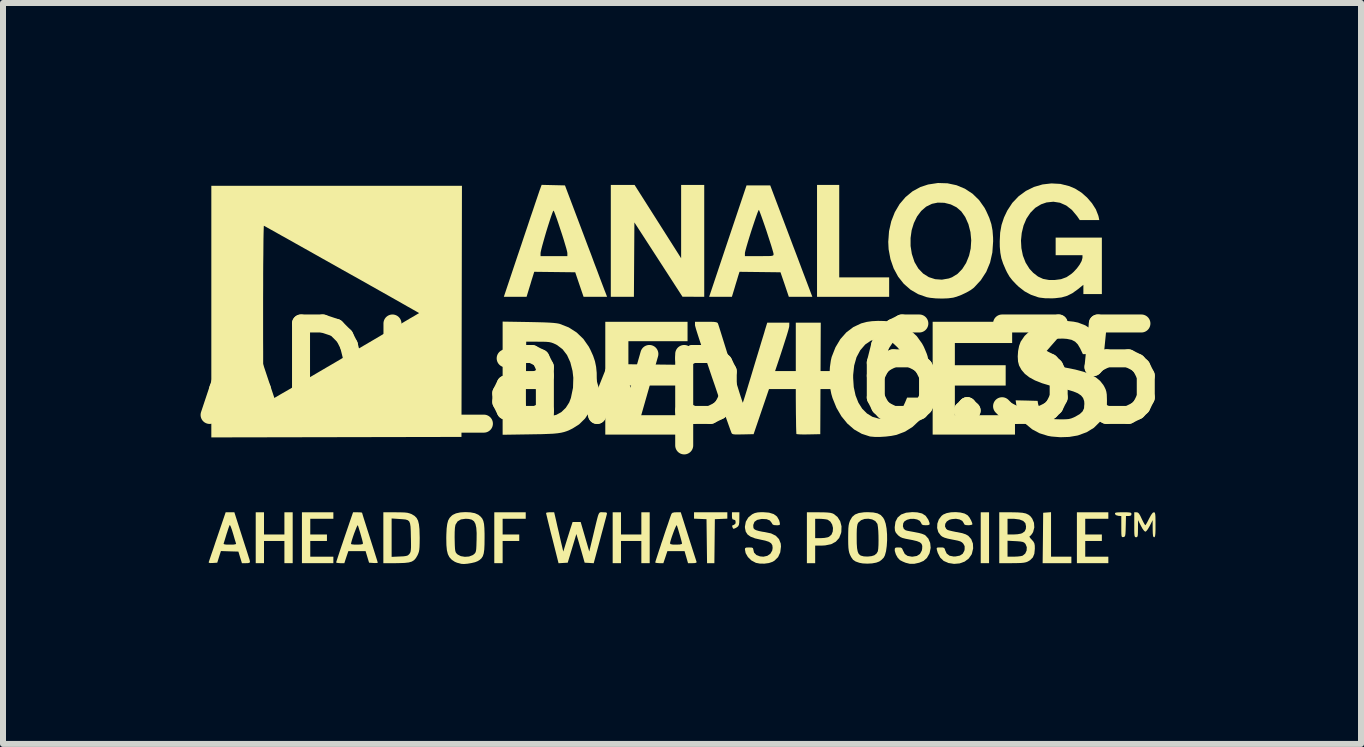
<source format=kicad_pcb>
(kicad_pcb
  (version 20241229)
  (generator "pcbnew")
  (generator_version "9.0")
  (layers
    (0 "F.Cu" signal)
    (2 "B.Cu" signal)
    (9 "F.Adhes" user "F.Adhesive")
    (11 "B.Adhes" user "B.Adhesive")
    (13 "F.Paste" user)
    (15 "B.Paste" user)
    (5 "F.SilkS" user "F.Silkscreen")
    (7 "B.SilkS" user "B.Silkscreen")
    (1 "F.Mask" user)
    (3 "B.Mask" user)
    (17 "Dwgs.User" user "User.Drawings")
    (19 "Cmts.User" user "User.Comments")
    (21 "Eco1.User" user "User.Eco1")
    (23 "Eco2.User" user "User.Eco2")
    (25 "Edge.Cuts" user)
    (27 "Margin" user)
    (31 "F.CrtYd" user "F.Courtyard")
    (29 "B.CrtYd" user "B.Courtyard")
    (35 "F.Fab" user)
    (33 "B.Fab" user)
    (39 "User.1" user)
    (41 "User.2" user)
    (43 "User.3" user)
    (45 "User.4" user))
  (footprint "ADI_awp-6.35"
    (layer "F.Cu")
    (at 8.317 3.176)
    (property "Reference" "ADI_awp-6.35" (at 0 0 0) (layer "F.SilkS") (effects (font (size 1.524 1.524) (thickness 0.3))))
    (attr board_only exclude_from_pos_files exclude_from_bom)
    (fp_poly (pts (xy 5.117 3.16) (xy 4.978 3.16) (xy 4.978 2.312) (xy 5.117 2.312)) (stroke (width 0) (type solid)) (fill yes) (layer "F.SilkS"))
    (fp_poly (pts (xy 2.62 -1.603) (xy 3.452 -1.603) (xy 3.452 -1.279) (xy 2.25 -1.279) (xy 2.25 -3.144) (xy 2.62 -3.144)) (stroke (width 0) (type solid)) (fill yes) (layer "F.SilkS"))
    (fp_poly (pts (xy 6.15 3.052) (xy 6.489 3.052) (xy 6.489 3.16) (xy 6.01 3.16) (xy 6.015 2.74) (xy 6.019 2.32) (xy 6.084 2.315) (xy 6.15 2.31)) (stroke (width 0) (type solid)) (fill yes) (layer "F.SilkS"))
    (fp_poly (pts (xy 0.755 2.418) (xy 0.547 2.427) (xy 0.543 2.794) (xy 0.539 3.16) (xy 0.417 3.16) (xy 0.408 2.427) (xy 0.2 2.418) (xy 0.2 2.312) (xy 0.755 2.312)) (stroke (width 0) (type solid)) (fill yes) (layer "F.SilkS"))
    (fp_poly (pts (xy -2.605 2.42) (xy -2.99 2.42) (xy -2.99 2.682) (xy -2.713 2.682) (xy -2.713 2.79) (xy -2.99 2.79) (xy -2.99 3.16) (xy -3.129 3.16) (xy -3.129 2.312) (xy -2.605 2.312)) (stroke (width 0) (type solid)) (fill yes) (layer "F.SilkS"))
    (fp_poly (pts (xy -6.967 2.682) (xy -6.627 2.682) (xy -6.627 2.312) (xy -6.489 2.312) (xy -6.489 3.16) (xy -6.627 3.16) (xy -6.627 2.79) (xy -6.967 2.79) (xy -6.967 3.16) (xy -7.105 3.16) (xy -7.105 2.312) (xy -6.967 2.312)) (stroke (width 0) (type solid)) (fill yes) (layer "F.SilkS"))
    (fp_poly (pts (xy -5.811 2.42) (xy -6.196 2.42) (xy -6.196 2.682) (xy -5.918 2.682) (xy -5.918 2.79) (xy -6.196 2.79) (xy -6.196 3.052) (xy -5.811 3.052) (xy -5.811 3.16) (xy -6.335 3.16) (xy -6.335 2.312) (xy -5.811 2.312)) (stroke (width 0) (type solid)) (fill yes) (layer "F.SilkS"))
    (fp_poly (pts (xy -1.017 2.682) (xy -0.678 2.682) (xy -0.678 2.312) (xy -0.539 2.312) (xy -0.539 3.16) (xy -0.678 3.16) (xy -0.678 2.79) (xy -1.017 2.79) (xy -1.017 3.16) (xy -1.156 3.16) (xy -1.156 2.312) (xy -1.017 2.312)) (stroke (width 0) (type solid)) (fill yes) (layer "F.SilkS"))
    (fp_poly (pts (xy 5.502 -0.509) (xy 4.547 -0.509) (xy 4.547 -0.139) (xy 5.394 -0.139) (xy 5.394 0.2) (xy 4.547 0.2) (xy 4.547 0.694) (xy 5.549 0.694) (xy 5.549 1.017) (xy 4.177 1.017) (xy 4.177 -0.863) (xy 5.502 -0.863)) (stroke (width 0) (type solid)) (fill yes) (layer "F.SilkS"))
    (fp_poly (pts (xy 7.105 2.42) (xy 6.72 2.42) (xy 6.72 2.682) (xy 6.997 2.682) (xy 6.997 2.79) (xy 6.72 2.79) (xy 6.72 3.052) (xy 7.105 3.052) (xy 7.105 3.16) (xy 6.581 3.16) (xy 6.581 2.312) (xy 7.105 2.312)) (stroke (width 0) (type solid)) (fill yes) (layer "F.SilkS"))
    (fp_poly (pts (xy 0.092 -0.539) (xy -0.894 -0.539) (xy -0.894 -0.155) (xy -0.459 -0.151) (xy -0.023 -0.146) (xy -0.014 0.2) (xy -0.894 0.2) (xy -0.894 0.694) (xy 0.123 0.694) (xy 0.123 1.017) (xy -1.279 1.017) (xy -1.279 -0.863) (xy 0.092 -0.863)) (stroke (width 0) (type solid)) (fill yes) (layer "F.SilkS"))
    (fp_poly (pts (xy -0.403 -2.533) (xy -0.015 -1.922) (xy -0.015 -3.144) (xy 0.37 -3.144) (xy 0.37 -1.279) (xy 0.189 -1.28) (xy 0.008 -1.28) (xy -0.393 -1.9) (xy -0.794 -2.519) (xy -0.798 -1.899) (xy -0.802 -1.279) (xy -1.187 -1.279) (xy -1.187 -3.144) (xy -0.791 -3.144)) (stroke (width 0) (type solid)) (fill yes) (layer "F.SilkS"))
    (fp_poly (pts (xy 2.308 0.081) (xy 2.304 1.01) (xy 2.111 1.014) (xy 2.036 1.015) (xy 1.973 1.014) (xy 1.928 1.011) (xy 1.907 1.008) (xy 1.906 1.007) (xy 1.905 0.99) (xy 1.903 0.945) (xy 1.901 0.875) (xy 1.9 0.782) (xy 1.898 0.669) (xy 1.897 0.538) (xy 1.896 0.393) (xy 1.896 0.236) (xy 1.896 0.074) (xy 1.896 -0.848) (xy 2.312 -0.848)) (stroke (width 0) (type solid)) (fill yes) (layer "F.SilkS"))
    (fp_poly (pts (xy 0.955 2.416) (xy 0.954 2.48) (xy 0.948 2.521) (xy 0.934 2.547) (xy 0.91 2.565) (xy 0.899 2.572) (xy 0.867 2.586) (xy 0.852 2.585) (xy 0.842 2.565) (xy 0.842 2.565) (xy 0.834 2.539) (xy 0.843 2.529) (xy 0.863 2.523) (xy 0.889 2.503) (xy 0.894 2.475) (xy 0.887 2.444) (xy 0.864 2.435) (xy 0.863 2.435) (xy 0.843 2.43) (xy 0.834 2.409) (xy 0.832 2.374) (xy 0.832 2.312) (xy 0.956 2.312)) (stroke (width 0) (type solid)) (fill yes) (layer "F.SilkS"))
    (fp_poly (pts (xy 7.417 2.312) (xy 7.458 2.315) (xy 7.48 2.32) (xy 7.489 2.33) (xy 7.491 2.343) (xy 7.483 2.365) (xy 7.456 2.373) (xy 7.445 2.374) (xy 7.399 2.374) (xy 7.395 2.547) (xy 7.393 2.622) (xy 7.39 2.672) (xy 7.385 2.702) (xy 7.377 2.717) (xy 7.365 2.724) (xy 7.356 2.725) (xy 7.341 2.726) (xy 7.331 2.721) (xy 7.325 2.704) (xy 7.322 2.671) (xy 7.321 2.616) (xy 7.321 2.553) (xy 7.321 2.375) (xy 7.271 2.371) (xy 7.23 2.359) (xy 7.216 2.339) (xy 7.217 2.326) (xy 7.228 2.318) (xy 7.256 2.314) (xy 7.305 2.312) (xy 7.351 2.312)) (stroke (width 0) (type solid)) (fill yes) (layer "F.SilkS"))
    (fp_poly (pts (xy 2.365 2.313) (xy 2.427 2.316) (xy 2.472 2.321) (xy 2.506 2.33) (xy 2.528 2.34) (xy 2.592 2.391) (xy 2.636 2.461) (xy 2.658 2.545) (xy 2.655 2.637) (xy 2.651 2.658) (xy 2.619 2.74) (xy 2.563 2.802) (xy 2.485 2.844) (xy 2.385 2.864) (xy 2.332 2.867) (xy 2.219 2.867) (xy 2.219 3.16) (xy 2.081 3.16) (xy 2.081 2.42) (xy 2.219 2.42) (xy 2.219 2.743) (xy 2.313 2.743) (xy 2.374 2.739) (xy 2.427 2.729) (xy 2.45 2.72) (xy 2.491 2.684) (xy 2.512 2.632) (xy 2.516 2.573) (xy 2.502 2.516) (xy 2.472 2.467) (xy 2.427 2.436) (xy 2.418 2.433) (xy 2.381 2.427) (xy 2.329 2.422) (xy 2.3 2.421) (xy 2.219 2.42) (xy 2.081 2.42) (xy 2.081 2.312) (xy 2.277 2.312)) (stroke (width 0) (type solid)) (fill yes) (layer "F.SilkS"))
    (fp_poly (pts (xy -4.688 2.313) (xy -4.625 2.315) (xy -4.579 2.32) (xy -4.544 2.329) (xy -4.511 2.341) (xy -4.503 2.345) (xy -4.458 2.372) (xy -4.424 2.406) (xy -4.4 2.451) (xy -4.385 2.512) (xy -4.376 2.593) (xy -4.373 2.7) (xy -4.372 2.738) (xy -4.373 2.826) (xy -4.375 2.89) (xy -4.379 2.937) (xy -4.386 2.972) (xy -4.397 3.003) (xy -4.409 3.03) (xy -4.436 3.076) (xy -4.466 3.11) (xy -4.503 3.133) (xy -4.554 3.148) (xy -4.624 3.156) (xy -4.716 3.159) (xy -4.766 3.16) (xy -4.978 3.16) (xy -4.978 2.415) (xy -4.84 2.415) (xy -4.84 3.055) (xy -4.707 3.049) (xy -4.641 3.046) (xy -4.599 3.04) (xy -4.571 3.031) (xy -4.552 3.015) (xy -4.544 3.006) (xy -4.533 2.99) (xy -4.525 2.97) (xy -4.52 2.941) (xy -4.517 2.899) (xy -4.517 2.837) (xy -4.518 2.751) (xy -4.519 2.726) (xy -4.521 2.624) (xy -4.525 2.55) (xy -4.533 2.498) (xy -4.548 2.463) (xy -4.573 2.443) (xy -4.609 2.432) (xy -4.661 2.427) (xy -4.707 2.424) (xy -4.84 2.415) (xy -4.978 2.415) (xy -4.978 2.312) (xy -4.775 2.312)) (stroke (width 0) (type solid)) (fill yes) (layer "F.SilkS"))
    (fp_poly (pts (xy 7.596 2.316) (xy 7.615 2.333) (xy 7.637 2.369) (xy 7.661 2.42) (xy 7.686 2.471) (xy 7.707 2.509) (xy 7.72 2.527) (xy 7.721 2.528) (xy 7.732 2.515) (xy 7.752 2.481) (xy 7.777 2.432) (xy 7.783 2.42) (xy 7.817 2.357) (xy 7.844 2.321) (xy 7.863 2.312) (xy 7.875 2.314) (xy 7.882 2.325) (xy 7.887 2.348) (xy 7.89 2.388) (xy 7.891 2.451) (xy 7.891 2.52) (xy 7.891 2.605) (xy 7.889 2.664) (xy 7.885 2.701) (xy 7.879 2.721) (xy 7.871 2.728) (xy 7.868 2.728) (xy 7.857 2.723) (xy 7.85 2.703) (xy 7.846 2.664) (xy 7.844 2.6) (xy 7.844 2.585) (xy 7.843 2.443) (xy 7.795 2.539) (xy 7.765 2.591) (xy 7.739 2.625) (xy 7.722 2.636) (xy 7.702 2.622) (xy 7.675 2.586) (xy 7.649 2.539) (xy 7.6 2.443) (xy 7.599 2.585) (xy 7.598 2.652) (xy 7.596 2.694) (xy 7.59 2.717) (xy 7.58 2.726) (xy 7.568 2.728) (xy 7.555 2.726) (xy 7.547 2.718) (xy 7.541 2.699) (xy 7.538 2.663) (xy 7.537 2.606) (xy 7.537 2.524) (xy 7.537 2.52) (xy 7.537 2.312) (xy 7.574 2.312)) (stroke (width 0) (type solid)) (fill yes) (layer "F.SilkS"))
    (fp_poly (pts (xy -7.344 2.678) (xy -7.311 2.781) (xy -7.28 2.877) (xy -7.253 2.96) (xy -7.232 3.027) (xy -7.218 3.072) (xy -7.212 3.089) (xy -7.201 3.13) (xy -7.205 3.151) (xy -7.231 3.159) (xy -7.266 3.16) (xy -7.335 3.16) (xy -7.365 3.063) (xy -7.394 2.967) (xy -7.539 2.963) (xy -7.685 2.958) (xy -7.716 3.055) (xy -7.746 3.152) (xy -7.821 3.157) (xy -7.867 3.158) (xy -7.887 3.152) (xy -7.888 3.141) (xy -7.881 3.122) (xy -7.866 3.077) (xy -7.844 3.011) (xy -7.815 2.928) (xy -7.783 2.832) (xy -7.782 2.828) (xy -7.639 2.828) (xy -7.639 2.84) (xy -7.623 2.847) (xy -7.586 2.851) (xy -7.537 2.851) (xy -7.476 2.85) (xy -7.443 2.845) (xy -7.432 2.836) (xy -7.433 2.832) (xy -7.44 2.81) (xy -7.454 2.765) (xy -7.471 2.706) (xy -7.484 2.662) (xy -7.503 2.601) (xy -7.52 2.554) (xy -7.533 2.527) (xy -7.538 2.524) (xy -7.547 2.543) (xy -7.562 2.584) (xy -7.58 2.641) (xy -7.59 2.67) (xy -7.609 2.733) (xy -7.625 2.786) (xy -7.636 2.821) (xy -7.639 2.828) (xy -7.782 2.828) (xy -7.747 2.726) (xy -7.744 2.717) (xy -7.606 2.312) (xy -7.461 2.312)) (stroke (width 0) (type solid)) (fill yes) (layer "F.SilkS"))
    (fp_poly (pts (xy -1.333 2.311) (xy -1.315 2.312) (xy -1.273 2.313) (xy -1.254 2.32) (xy -1.251 2.335) (xy -1.254 2.347) (xy -1.26 2.37) (xy -1.273 2.42) (xy -1.292 2.49) (xy -1.315 2.577) (xy -1.342 2.676) (xy -1.367 2.771) (xy -1.472 3.161) (xy -1.547 3.156) (xy -1.623 3.152) (xy -1.66 3.021) (xy -1.682 2.943) (xy -1.706 2.861) (xy -1.727 2.789) (xy -1.729 2.782) (xy -1.761 2.674) (xy -1.905 3.152) (xy -2.058 3.161) (xy -2.162 2.748) (xy -2.19 2.64) (xy -2.214 2.541) (xy -2.235 2.456) (xy -2.251 2.389) (xy -2.262 2.344) (xy -2.266 2.324) (xy -2.266 2.323) (xy -2.252 2.316) (xy -2.217 2.312) (xy -2.198 2.312) (xy -2.131 2.312) (xy -2.096 2.462) (xy -2.078 2.544) (xy -2.055 2.64) (xy -2.033 2.738) (xy -2.021 2.79) (xy -1.979 2.967) (xy -1.929 2.805) (xy -1.905 2.728) (xy -1.881 2.652) (xy -1.861 2.588) (xy -1.851 2.558) (xy -1.824 2.474) (xy -1.689 2.474) (xy -1.546 2.966) (xy -1.481 2.697) (xy -1.453 2.579) (xy -1.431 2.488) (xy -1.414 2.42) (xy -1.401 2.372) (xy -1.389 2.34) (xy -1.378 2.322) (xy -1.366 2.313) (xy -1.351 2.311)) (stroke (width 0) (type solid)) (fill yes) (layer "F.SilkS"))
    (fp_poly (pts (xy 0.107 2.716) (xy 0.141 2.823) (xy 0.172 2.921) (xy 0.199 3.005) (xy 0.221 3.073) (xy 0.236 3.119) (xy 0.243 3.14) (xy 0.243 3.14) (xy 0.237 3.153) (xy 0.206 3.159) (xy 0.175 3.16) (xy 0.1 3.16) (xy 0.042 2.959) (xy -0.244 2.959) (xy -0.277 3.059) (xy -0.311 3.16) (xy -0.379 3.16) (xy -0.42 3.157) (xy -0.444 3.151) (xy -0.447 3.147) (xy -0.442 3.13) (xy -0.429 3.089) (xy -0.409 3.028) (xy -0.384 2.951) (xy -0.355 2.864) (xy -0.345 2.831) (xy -0.2 2.831) (xy -0.19 2.843) (xy -0.155 2.85) (xy -0.1 2.851) (xy -0.038 2.849) (xy -0.006 2.841) (xy 0 2.833) (xy -0.004 2.812) (xy -0.015 2.769) (xy -0.03 2.714) (xy -0.048 2.653) (xy -0.065 2.595) (xy -0.08 2.548) (xy -0.087 2.528) (xy -0.095 2.533) (xy -0.109 2.561) (xy -0.128 2.605) (xy -0.148 2.659) (xy -0.168 2.715) (xy -0.185 2.767) (xy -0.197 2.809) (xy -0.2 2.831) (xy -0.345 2.831) (xy -0.324 2.771) (xy -0.293 2.676) (xy -0.262 2.584) (xy -0.233 2.501) (xy -0.209 2.429) (xy -0.19 2.375) (xy -0.178 2.342) (xy -0.177 2.339) (xy -0.161 2.321) (xy -0.126 2.313) (xy -0.094 2.312) (xy -0.021 2.312)) (stroke (width 0) (type solid)) (fill yes) (layer "F.SilkS"))
    (fp_poly (pts (xy -5.364 2.313) (xy -5.337 2.317) (xy -5.333 2.319) (xy -5.328 2.335) (xy -5.316 2.376) (xy -5.296 2.44) (xy -5.27 2.521) (xy -5.24 2.616) (xy -5.206 2.722) (xy -5.202 2.735) (xy -5.168 2.842) (xy -5.137 2.939) (xy -5.111 3.022) (xy -5.09 3.088) (xy -5.076 3.133) (xy -5.071 3.152) (xy -5.071 3.153) (xy -5.085 3.157) (xy -5.12 3.158) (xy -5.144 3.157) (xy -5.216 3.152) (xy -5.245 3.056) (xy -5.274 2.959) (xy -5.561 2.959) (xy -5.595 3.059) (xy -5.628 3.16) (xy -5.696 3.16) (xy -5.737 3.157) (xy -5.762 3.151) (xy -5.765 3.148) (xy -5.76 3.131) (xy -5.746 3.089) (xy -5.725 3.025) (xy -5.698 2.943) (xy -5.666 2.848) (xy -5.663 2.84) (xy -5.517 2.84) (xy -5.504 2.846) (xy -5.467 2.85) (xy -5.418 2.851) (xy -5.359 2.849) (xy -5.327 2.843) (xy -5.317 2.831) (xy -5.322 2.809) (xy -5.332 2.766) (xy -5.348 2.709) (xy -5.365 2.649) (xy -5.383 2.591) (xy -5.397 2.546) (xy -5.404 2.528) (xy -5.411 2.534) (xy -5.425 2.563) (xy -5.443 2.609) (xy -5.464 2.663) (xy -5.484 2.72) (xy -5.501 2.773) (xy -5.513 2.816) (xy -5.517 2.84) (xy -5.663 2.84) (xy -5.63 2.742) (xy -5.624 2.724) (xy -5.483 2.312) (xy -5.408 2.312)) (stroke (width 0) (type solid)) (fill yes) (layer "F.SilkS"))
    (fp_poly (pts (xy 1.79 -2.289) (xy 1.849 -2.132) (xy 1.906 -1.983) (xy 1.959 -1.842) (xy 2.007 -1.714) (xy 2.05 -1.601) (xy 2.086 -1.506) (xy 2.114 -1.432) (xy 2.133 -1.382) (xy 2.141 -1.36) (xy 2.172 -1.279) (xy 1.976 -1.279) (xy 1.78 -1.279) (xy 1.711 -1.484) (xy 1.641 -1.688) (xy 1.3 -1.692) (xy 0.958 -1.696) (xy 0.942 -1.646) (xy 0.931 -1.61) (xy 0.914 -1.553) (xy 0.893 -1.485) (xy 0.879 -1.437) (xy 0.831 -1.279) (xy 0.452 -1.279) (xy 0.679 -1.957) (xy 1.048 -1.957) (xy 1.287 -1.957) (xy 1.377 -1.958) (xy 1.442 -1.958) (xy 1.484 -1.96) (xy 1.509 -1.965) (xy 1.521 -1.971) (xy 1.525 -1.982) (xy 1.526 -1.992) (xy 1.521 -2.015) (xy 1.508 -2.061) (xy 1.489 -2.125) (xy 1.464 -2.203) (xy 1.436 -2.289) (xy 1.407 -2.379) (xy 1.377 -2.467) (xy 1.348 -2.55) (xy 1.322 -2.623) (xy 1.301 -2.68) (xy 1.287 -2.716) (xy 1.28 -2.728) (xy 1.272 -2.714) (xy 1.256 -2.675) (xy 1.235 -2.617) (xy 1.21 -2.544) (xy 1.182 -2.46) (xy 1.153 -2.372) (xy 1.125 -2.283) (xy 1.099 -2.198) (xy 1.077 -2.124) (xy 1.06 -2.063) (xy 1.05 -2.022) (xy 1.048 -2.007) (xy 1.048 -1.957) (xy 0.679 -1.957) (xy 0.763 -2.208) (xy 1.075 -3.136) (xy 1.47 -3.136)) (stroke (width 0) (type solid)) (fill yes) (layer "F.SilkS"))
    (fp_poly (pts (xy -1.951 -3.136) (xy -1.631 -2.289) (xy -1.572 -2.132) (xy -1.515 -1.983) (xy -1.463 -1.842) (xy -1.414 -1.714) (xy -1.372 -1.601) (xy -1.336 -1.506) (xy -1.308 -1.432) (xy -1.289 -1.382) (xy -1.28 -1.36) (xy -1.249 -1.279) (xy -1.445 -1.279) (xy -1.641 -1.279) (xy -1.711 -1.484) (xy -1.78 -1.688) (xy -2.122 -1.692) (xy -2.463 -1.696) (xy -2.479 -1.646) (xy -2.49 -1.61) (xy -2.508 -1.553) (xy -2.528 -1.485) (xy -2.543 -1.437) (xy -2.591 -1.279) (xy -2.97 -1.279) (xy -2.743 -1.957) (xy -2.358 -1.957) (xy -1.911 -1.957) (xy -1.911 -2.01) (xy -1.916 -2.037) (xy -1.929 -2.087) (xy -1.949 -2.154) (xy -1.973 -2.235) (xy -2.001 -2.323) (xy -2.031 -2.413) (xy -2.06 -2.501) (xy -2.087 -2.58) (xy -2.111 -2.646) (xy -2.129 -2.693) (xy -2.141 -2.716) (xy -2.141 -2.717) (xy -2.149 -2.707) (xy -2.163 -2.672) (xy -2.183 -2.616) (xy -2.206 -2.546) (xy -2.232 -2.465) (xy -2.259 -2.378) (xy -2.285 -2.29) (xy -2.309 -2.205) (xy -2.33 -2.13) (xy -2.346 -2.067) (xy -2.356 -2.023) (xy -2.358 -2.005) (xy -2.358 -1.957) (xy -2.743 -1.957) (xy -2.679 -2.146) (xy -2.626 -2.305) (xy -2.575 -2.456) (xy -2.528 -2.598) (xy -2.484 -2.726) (xy -2.446 -2.84) (xy -2.414 -2.934) (xy -2.389 -3.008) (xy -2.372 -3.058) (xy -2.364 -3.079) (xy -2.34 -3.145)) (stroke (width 0) (type solid)) (fill yes) (layer "F.SilkS"))
    (fp_poly (pts (xy 5.491 2.312) (xy 5.594 2.314) (xy 5.673 2.32) (xy 5.731 2.332) (xy 5.775 2.353) (xy 5.81 2.382) (xy 5.837 2.418) (xy 5.866 2.488) (xy 5.871 2.565) (xy 5.852 2.639) (xy 5.84 2.661) (xy 5.816 2.694) (xy 5.795 2.712) (xy 5.791 2.713) (xy 5.791 2.722) (xy 5.808 2.747) (xy 5.827 2.767) (xy 5.856 2.8) (xy 5.872 2.83) (xy 5.879 2.867) (xy 5.88 2.92) (xy 5.872 3.003) (xy 5.847 3.064) (xy 5.801 3.11) (xy 5.763 3.133) (xy 5.735 3.144) (xy 5.698 3.152) (xy 5.648 3.157) (xy 5.578 3.159) (xy 5.498 3.16) (xy 5.287 3.16) (xy 5.287 2.786) (xy 5.425 2.786) (xy 5.425 3.052) (xy 5.532 3.052) (xy 5.593 3.049) (xy 5.645 3.043) (xy 5.677 3.035) (xy 5.72 3) (xy 5.743 2.949) (xy 5.746 2.893) (xy 5.725 2.841) (xy 5.72 2.835) (xy 5.702 2.817) (xy 5.678 2.806) (xy 5.64 2.799) (xy 5.58 2.794) (xy 5.559 2.793) (xy 5.425 2.786) (xy 5.287 2.786) (xy 5.287 2.42) (xy 5.425 2.42) (xy 5.425 2.682) (xy 5.526 2.682) (xy 5.592 2.678) (xy 5.647 2.668) (xy 5.671 2.659) (xy 5.711 2.63) (xy 5.73 2.589) (xy 5.733 2.545) (xy 5.722 2.493) (xy 5.686 2.456) (xy 5.625 2.432) (xy 5.537 2.421) (xy 5.498 2.42) (xy 5.425 2.42) (xy 5.287 2.42) (xy 5.287 2.312)) (stroke (width 0) (type solid)) (fill yes) (layer "F.SilkS"))
    (fp_poly (pts (xy 0.48 -0.863) (xy 0.534 -0.861) (xy 0.568 -0.856) (xy 0.587 -0.849) (xy 0.597 -0.838) (xy 0.598 -0.836) (xy 0.605 -0.816) (xy 0.62 -0.77) (xy 0.642 -0.7) (xy 0.67 -0.61) (xy 0.703 -0.504) (xy 0.741 -0.383) (xy 0.781 -0.252) (xy 0.809 -0.159) (xy 0.851 -0.023) (xy 0.89 0.102) (xy 0.925 0.215) (xy 0.955 0.312) (xy 0.98 0.391) (xy 0.999 0.448) (xy 1.01 0.48) (xy 1.013 0.487) (xy 1.018 0.472) (xy 1.032 0.43) (xy 1.052 0.366) (xy 1.078 0.282) (xy 1.108 0.182) (xy 1.143 0.068) (xy 1.18 -0.055) (xy 1.18 -0.055) (xy 1.219 -0.185) (xy 1.257 -0.31) (xy 1.293 -0.428) (xy 1.324 -0.532) (xy 1.351 -0.619) (xy 1.371 -0.685) (xy 1.381 -0.721) (xy 1.42 -0.848) (xy 1.788 -0.848) (xy 1.787 -0.79) (xy 1.782 -0.764) (xy 1.768 -0.711) (xy 1.745 -0.634) (xy 1.713 -0.534) (xy 1.675 -0.415) (xy 1.63 -0.277) (xy 1.579 -0.125) (xy 1.523 0.041) (xy 1.49 0.139) (xy 1.193 1.01) (xy 1.014 1.014) (xy 0.937 1.015) (xy 0.885 1.015) (xy 0.853 1.011) (xy 0.835 1.004) (xy 0.827 0.994) (xy 0.825 0.991) (xy 0.8 0.924) (xy 0.769 0.837) (xy 0.732 0.733) (xy 0.69 0.615) (xy 0.645 0.485) (xy 0.597 0.348) (xy 0.549 0.205) (xy 0.499 0.061) (xy 0.451 -0.082) (xy 0.404 -0.22) (xy 0.36 -0.351) (xy 0.32 -0.472) (xy 0.285 -0.578) (xy 0.256 -0.668) (xy 0.234 -0.738) (xy 0.221 -0.785) (xy 0.216 -0.806) (xy 0.216 -0.863) (xy 0.4 -0.863)) (stroke (width 0) (type solid)) (fill yes) (layer "F.SilkS"))
    (fp_poly (pts (xy 3.188 2.315) (xy 3.259 2.33) (xy 3.312 2.358) (xy 3.352 2.402) (xy 3.372 2.437) (xy 3.394 2.501) (xy 3.409 2.583) (xy 3.417 2.678) (xy 3.418 2.778) (xy 3.412 2.874) (xy 3.4 2.961) (xy 3.381 3.03) (xy 3.362 3.067) (xy 3.327 3.103) (xy 3.288 3.132) (xy 3.237 3.151) (xy 3.166 3.164) (xy 3.086 3.168) (xy 3.01 3.164) (xy 2.956 3.154) (xy 2.893 3.132) (xy 2.85 3.103) (xy 2.819 3.059) (xy 2.8 3.021) (xy 2.787 2.987) (xy 2.779 2.951) (xy 2.773 2.904) (xy 2.77 2.841) (xy 2.769 2.754) (xy 2.769 2.736) (xy 2.769 2.732) (xy 2.911 2.732) (xy 2.912 2.833) (xy 2.917 2.909) (xy 2.927 2.963) (xy 2.941 2.999) (xy 2.963 3.023) (xy 2.98 3.034) (xy 3.03 3.047) (xy 3.094 3.05) (xy 3.158 3.043) (xy 3.206 3.028) (xy 3.243 2.998) (xy 3.263 2.963) (xy 3.27 2.92) (xy 3.274 2.857) (xy 3.275 2.781) (xy 3.274 2.701) (xy 3.271 2.624) (xy 3.265 2.559) (xy 3.258 2.513) (xy 3.254 2.502) (xy 3.221 2.458) (xy 3.169 2.431) (xy 3.107 2.419) (xy 3.042 2.423) (xy 2.984 2.444) (xy 2.94 2.482) (xy 2.936 2.487) (xy 2.925 2.51) (xy 2.918 2.544) (xy 2.913 2.593) (xy 2.911 2.664) (xy 2.911 2.732) (xy 2.769 2.732) (xy 2.77 2.645) (xy 2.772 2.579) (xy 2.777 2.53) (xy 2.785 2.492) (xy 2.797 2.458) (xy 2.801 2.448) (xy 2.836 2.389) (xy 2.883 2.349) (xy 2.947 2.324) (xy 3.032 2.312) (xy 3.093 2.31)) (stroke (width 0) (type solid)) (fill yes) (layer "F.SilkS"))
    (fp_poly (pts (xy 1.45 2.318) (xy 1.528 2.342) (xy 1.583 2.383) (xy 1.618 2.444) (xy 1.628 2.481) (xy 1.632 2.511) (xy 1.624 2.524) (xy 1.596 2.528) (xy 1.574 2.528) (xy 1.531 2.525) (xy 1.507 2.512) (xy 1.495 2.489) (xy 1.464 2.449) (xy 1.41 2.427) (xy 1.334 2.423) (xy 1.321 2.424) (xy 1.252 2.439) (xy 1.207 2.471) (xy 1.188 2.52) (xy 1.187 2.539) (xy 1.191 2.577) (xy 1.212 2.599) (xy 1.237 2.611) (xy 1.281 2.624) (xy 1.339 2.636) (xy 1.379 2.642) (xy 1.484 2.664) (xy 1.563 2.703) (xy 1.616 2.759) (xy 1.645 2.832) (xy 1.649 2.883) (xy 1.637 2.98) (xy 1.601 3.059) (xy 1.54 3.119) (xy 1.507 3.138) (xy 1.448 3.158) (xy 1.373 3.168) (xy 1.297 3.167) (xy 1.233 3.155) (xy 1.228 3.153) (xy 1.155 3.114) (xy 1.098 3.058) (xy 1.06 2.992) (xy 1.048 2.929) (xy 1.052 2.909) (xy 1.071 2.9) (xy 1.111 2.898) (xy 1.117 2.898) (xy 1.161 2.9) (xy 1.181 2.908) (xy 1.187 2.926) (xy 1.187 2.927) (xy 1.2 2.983) (xy 1.239 3.024) (xy 1.3 3.047) (xy 1.357 3.052) (xy 1.421 3.038) (xy 1.472 3.003) (xy 1.503 2.95) (xy 1.51 2.906) (xy 1.505 2.862) (xy 1.485 2.829) (xy 1.447 2.804) (xy 1.386 2.784) (xy 1.319 2.77) (xy 1.217 2.747) (xy 1.142 2.718) (xy 1.092 2.682) (xy 1.062 2.635) (xy 1.049 2.574) (xy 1.048 2.551) (xy 1.063 2.469) (xy 1.104 2.399) (xy 1.168 2.346) (xy 1.168 2.346) (xy 1.212 2.325) (xy 1.26 2.314) (xy 1.323 2.31) (xy 1.348 2.31)) (stroke (width 0) (type solid)) (fill yes) (layer "F.SilkS"))
    (fp_poly (pts (xy 4.424 -3.171) (xy 4.575 -3.139) (xy 4.714 -3.081) (xy 4.841 -2.998) (xy 4.951 -2.891) (xy 5.042 -2.762) (xy 5.069 -2.71) (xy 5.121 -2.595) (xy 5.155 -2.491) (xy 5.175 -2.385) (xy 5.184 -2.266) (xy 5.185 -2.204) (xy 5.172 -2.018) (xy 5.134 -1.849) (xy 5.07 -1.695) (xy 4.98 -1.556) (xy 4.865 -1.432) (xy 4.812 -1.392) (xy 4.74 -1.351) (xy 4.658 -1.312) (xy 4.577 -1.281) (xy 4.519 -1.265) (xy 4.435 -1.254) (xy 4.334 -1.25) (xy 4.229 -1.253) (xy 4.132 -1.263) (xy 4.079 -1.273) (xy 3.936 -1.323) (xy 3.808 -1.398) (xy 3.696 -1.496) (xy 3.601 -1.616) (xy 3.527 -1.753) (xy 3.474 -1.906) (xy 3.443 -2.072) (xy 3.437 -2.196) (xy 3.442 -2.26) (xy 3.809 -2.26) (xy 3.809 -2.127) (xy 3.83 -1.994) (xy 3.872 -1.866) (xy 3.876 -1.856) (xy 3.938 -1.751) (xy 4.018 -1.667) (xy 4.113 -1.607) (xy 4.219 -1.573) (xy 4.331 -1.565) (xy 4.446 -1.585) (xy 4.5 -1.605) (xy 4.591 -1.661) (xy 4.67 -1.742) (xy 4.735 -1.844) (xy 4.784 -1.965) (xy 4.811 -2.084) (xy 4.82 -2.221) (xy 4.807 -2.358) (xy 4.773 -2.49) (xy 4.72 -2.609) (xy 4.654 -2.703) (xy 4.575 -2.771) (xy 4.479 -2.819) (xy 4.372 -2.846) (xy 4.262 -2.849) (xy 4.165 -2.829) (xy 4.069 -2.782) (xy 3.986 -2.71) (xy 3.917 -2.618) (xy 3.864 -2.509) (xy 3.827 -2.389) (xy 3.809 -2.26) (xy 3.442 -2.26) (xy 3.45 -2.373) (xy 3.487 -2.538) (xy 3.546 -2.689) (xy 3.626 -2.825) (xy 3.725 -2.941) (xy 3.841 -3.037) (xy 3.973 -3.109) (xy 4.101 -3.151) (xy 4.265 -3.176)) (stroke (width 0) (type solid)) (fill yes) (layer "F.SilkS"))
    (fp_poly (pts (xy -2.555 -0.859) (xy -2.413 -0.856) (xy -2.3 -0.853) (xy -2.21 -0.849) (xy -2.14 -0.844) (xy -2.088 -0.838) (xy -2.049 -0.831) (xy -2.036 -0.827) (xy -1.888 -0.769) (xy -1.757 -0.685) (xy -1.645 -0.578) (xy -1.554 -0.448) (xy -1.527 -0.396) (xy -1.482 -0.297) (xy -1.451 -0.205) (xy -1.432 -0.113) (xy -1.422 -0.012) (xy -1.421 0.108) (xy -1.422 0.162) (xy -1.426 0.256) (xy -1.431 0.327) (xy -1.439 0.383) (xy -1.451 0.432) (xy -1.467 0.48) (xy -1.535 0.628) (xy -1.617 0.75) (xy -1.716 0.847) (xy -1.822 0.914) (xy -1.872 0.939) (xy -1.919 0.959) (xy -1.965 0.974) (xy -2.016 0.986) (xy -2.074 0.995) (xy -2.146 1.002) (xy -2.234 1.006) (xy -2.343 1.01) (xy -2.477 1.012) (xy -2.532 1.013) (xy -2.99 1.02) (xy -2.99 0.337) (xy -2.602 0.337) (xy -2.602 0.45) (xy -2.601 0.546) (xy -2.6 0.623) (xy -2.599 0.677) (xy -2.597 0.705) (xy -2.597 0.707) (xy -2.579 0.716) (xy -2.536 0.721) (xy -2.475 0.724) (xy -2.403 0.723) (xy -2.324 0.719) (xy -2.247 0.713) (xy -2.177 0.704) (xy -2.12 0.694) (xy -2.093 0.687) (xy -2.01 0.641) (xy -1.937 0.57) (xy -1.88 0.481) (xy -1.852 0.406) (xy -1.817 0.237) (xy -1.812 0.07) (xy -1.825 -0.044) (xy -1.862 -0.189) (xy -1.917 -0.309) (xy -1.99 -0.404) (xy -2.081 -0.474) (xy -2.107 -0.488) (xy -2.145 -0.505) (xy -2.179 -0.517) (xy -2.217 -0.525) (xy -2.265 -0.529) (xy -2.331 -0.531) (xy -2.396 -0.531) (xy -2.597 -0.532) (xy -2.601 0.077) (xy -2.602 0.212) (xy -2.602 0.337) (xy -2.99 0.337) (xy -2.99 -0.866)) (stroke (width 0) (type solid)) (fill yes) (layer "F.SilkS"))
    (fp_poly (pts (xy -3.672 -1.036) (xy -3.676 1.056) (xy -5.76 1.06) (xy -7.845 1.064) (xy -7.845 -0.98) (xy -6.982 -0.98) (xy -6.982 -0.769) (xy -6.982 -0.566) (xy -6.981 -0.375) (xy -6.981 -0.197) (xy -6.98 -0.034) (xy -6.979 0.112) (xy -6.978 0.238) (xy -6.977 0.342) (xy -6.976 0.423) (xy -6.975 0.479) (xy -6.973 0.506) (xy -6.973 0.509) (xy -6.959 0.501) (xy -6.92 0.479) (xy -6.858 0.443) (xy -6.775 0.395) (xy -6.672 0.335) (xy -6.552 0.266) (xy -6.417 0.186) (xy -6.268 0.099) (xy -6.107 0.005) (xy -5.935 -0.096) (xy -5.755 -0.201) (xy -5.674 -0.249) (xy -5.492 -0.356) (xy -5.317 -0.459) (xy -5.151 -0.556) (xy -4.997 -0.647) (xy -4.856 -0.73) (xy -4.729 -0.804) (xy -4.62 -0.868) (xy -4.529 -0.922) (xy -4.458 -0.963) (xy -4.409 -0.992) (xy -4.385 -1.006) (xy -4.382 -1.008) (xy -4.395 -1.016) (xy -4.432 -1.037) (xy -4.492 -1.071) (xy -4.572 -1.116) (xy -4.67 -1.172) (xy -4.783 -1.236) (xy -4.91 -1.308) (xy -5.049 -1.386) (xy -5.196 -1.469) (xy -5.35 -1.556) (xy -5.509 -1.645) (xy -5.67 -1.735) (xy -5.831 -1.826) (xy -5.99 -1.915) (xy -6.144 -2.002) (xy -6.292 -2.085) (xy -6.431 -2.163) (xy -6.559 -2.235) (xy -6.674 -2.299) (xy -6.773 -2.355) (xy -6.854 -2.4) (xy -6.915 -2.434) (xy -6.954 -2.456) (xy -6.969 -2.463) (xy -6.971 -2.449) (xy -6.972 -2.406) (xy -6.974 -2.336) (xy -6.976 -2.241) (xy -6.977 -2.124) (xy -6.978 -1.985) (xy -6.98 -1.828) (xy -6.981 -1.654) (xy -6.981 -1.465) (xy -6.982 -1.264) (xy -6.982 -1.051) (xy -6.982 -0.98) (xy -7.845 -0.98) (xy -7.845 -3.129) (xy -3.668 -3.129)) (stroke (width 0) (type solid)) (fill yes) (layer "F.SilkS"))
    (fp_poly (pts (xy -3.528 2.313) (xy -3.453 2.327) (xy -3.397 2.352) (xy -3.392 2.355) (xy -3.356 2.385) (xy -3.33 2.416) (xy -3.312 2.455) (xy -3.3 2.507) (xy -3.294 2.576) (xy -3.291 2.667) (xy -3.291 2.736) (xy -3.292 2.847) (xy -3.296 2.933) (xy -3.305 2.997) (xy -3.32 3.044) (xy -3.343 3.079) (xy -3.374 3.107) (xy -3.407 3.127) (xy -3.45 3.144) (xy -3.509 3.158) (xy -3.574 3.169) (xy -3.635 3.174) (xy -3.68 3.171) (xy -3.691 3.168) (xy -3.717 3.161) (xy -3.749 3.153) (xy -3.787 3.137) (xy -3.831 3.108) (xy -3.844 3.097) (xy -3.878 3.059) (xy -3.903 3.009) (xy -3.919 2.944) (xy -3.927 2.86) (xy -3.929 2.751) (xy -3.929 2.728) (xy -3.79 2.728) (xy -3.789 2.781) (xy -3.787 2.862) (xy -3.784 2.918) (xy -3.779 2.955) (xy -3.771 2.98) (xy -3.759 2.997) (xy -3.742 3.013) (xy -3.741 3.015) (xy -3.687 3.043) (xy -3.619 3.054) (xy -3.549 3.049) (xy -3.489 3.026) (xy -3.473 3.015) (xy -3.455 2.999) (xy -3.443 2.982) (xy -3.435 2.959) (xy -3.43 2.925) (xy -3.427 2.872) (xy -3.425 2.796) (xy -3.424 2.771) (xy -3.423 2.657) (xy -3.429 2.569) (xy -3.443 2.506) (xy -3.467 2.462) (xy -3.503 2.436) (xy -3.553 2.423) (xy -3.608 2.42) (xy -3.685 2.431) (xy -3.741 2.464) (xy -3.775 2.518) (xy -3.777 2.525) (xy -3.785 2.57) (xy -3.789 2.639) (xy -3.79 2.728) (xy -3.929 2.728) (xy -3.928 2.682) (xy -3.923 2.581) (xy -3.913 2.506) (xy -3.898 2.449) (xy -3.874 2.406) (xy -3.841 2.371) (xy -3.821 2.355) (xy -3.768 2.33) (xy -3.695 2.314) (xy -3.611 2.309)) (stroke (width 0) (type solid)) (fill yes) (layer "F.SilkS"))
    (fp_poly (pts (xy 6.306 -3.161) (xy 6.453 -3.124) (xy 6.55 -3.083) (xy 6.654 -3.018) (xy 6.75 -2.934) (xy 6.832 -2.839) (xy 6.897 -2.737) (xy 6.937 -2.635) (xy 6.944 -2.609) (xy 6.954 -2.558) (xy 6.629 -2.558) (xy 6.584 -2.624) (xy 6.498 -2.727) (xy 6.403 -2.801) (xy 6.299 -2.847) (xy 6.189 -2.864) (xy 6.075 -2.852) (xy 5.985 -2.821) (xy 5.887 -2.762) (xy 5.806 -2.68) (xy 5.74 -2.581) (xy 5.692 -2.468) (xy 5.662 -2.345) (xy 5.649 -2.218) (xy 5.656 -2.09) (xy 5.681 -1.966) (xy 5.726 -1.85) (xy 5.791 -1.746) (xy 5.852 -1.68) (xy 5.933 -1.617) (xy 6.017 -1.578) (xy 6.113 -1.56) (xy 6.208 -1.559) (xy 6.317 -1.573) (xy 6.409 -1.607) (xy 6.494 -1.665) (xy 6.525 -1.693) (xy 6.581 -1.753) (xy 6.627 -1.816) (xy 6.66 -1.876) (xy 6.673 -1.925) (xy 6.674 -1.93) (xy 6.674 -1.973) (xy 6.227 -1.973) (xy 6.227 -2.266) (xy 6.997 -2.266) (xy 6.997 -1.325) (xy 6.689 -1.325) (xy 6.689 -1.479) (xy 6.593 -1.402) (xy 6.505 -1.339) (xy 6.419 -1.296) (xy 6.326 -1.269) (xy 6.216 -1.256) (xy 6.173 -1.254) (xy 6.054 -1.255) (xy 5.961 -1.266) (xy 5.934 -1.272) (xy 5.814 -1.314) (xy 5.71 -1.37) (xy 5.611 -1.447) (xy 5.567 -1.489) (xy 5.504 -1.556) (xy 5.456 -1.618) (xy 5.417 -1.686) (xy 5.396 -1.729) (xy 5.352 -1.831) (xy 5.322 -1.921) (xy 5.305 -2.012) (xy 5.296 -2.113) (xy 5.295 -2.204) (xy 5.302 -2.349) (xy 5.325 -2.477) (xy 5.366 -2.601) (xy 5.42 -2.715) (xy 5.505 -2.845) (xy 5.61 -2.955) (xy 5.731 -3.044) (xy 5.865 -3.11) (xy 6.008 -3.152) (xy 6.156 -3.169)) (stroke (width 0) (type solid)) (fill yes) (layer "F.SilkS"))
    (fp_poly (pts (xy 4.641 2.316) (xy 4.709 2.333) (xy 4.757 2.36) (xy 4.758 2.36) (xy 4.79 2.398) (xy 4.818 2.447) (xy 4.836 2.492) (xy 4.84 2.512) (xy 4.826 2.521) (xy 4.791 2.527) (xy 4.772 2.528) (xy 4.728 2.525) (xy 4.706 2.515) (xy 4.695 2.493) (xy 4.695 2.492) (xy 4.671 2.455) (xy 4.625 2.431) (xy 4.565 2.42) (xy 4.496 2.426) (xy 4.455 2.437) (xy 4.412 2.465) (xy 4.387 2.504) (xy 4.383 2.548) (xy 4.402 2.587) (xy 4.425 2.606) (xy 4.454 2.615) (xy 4.504 2.627) (xy 4.566 2.64) (xy 4.587 2.643) (xy 4.67 2.66) (xy 4.729 2.68) (xy 4.771 2.704) (xy 4.82 2.76) (xy 4.848 2.833) (xy 4.852 2.914) (xy 4.832 2.998) (xy 4.826 3.015) (xy 4.778 3.083) (xy 4.71 3.134) (xy 4.627 3.164) (xy 4.534 3.172) (xy 4.439 3.157) (xy 4.36 3.122) (xy 4.302 3.066) (xy 4.262 2.988) (xy 4.248 2.94) (xy 4.243 2.914) (xy 4.252 2.901) (xy 4.279 2.898) (xy 4.306 2.898) (xy 4.349 2.899) (xy 4.371 2.909) (xy 4.382 2.931) (xy 4.385 2.944) (xy 4.411 3) (xy 4.459 3.036) (xy 4.527 3.049) (xy 4.559 3.048) (xy 4.631 3.034) (xy 4.678 3.003) (xy 4.705 2.953) (xy 4.71 2.927) (xy 4.71 2.876) (xy 4.687 2.834) (xy 4.667 2.814) (xy 4.64 2.798) (xy 4.598 2.785) (xy 4.534 2.772) (xy 4.507 2.767) (xy 4.429 2.751) (xy 4.374 2.735) (xy 4.336 2.717) (xy 4.313 2.699) (xy 4.271 2.643) (xy 4.252 2.574) (xy 4.255 2.501) (xy 4.28 2.431) (xy 4.325 2.372) (xy 4.353 2.35) (xy 4.409 2.326) (xy 4.482 2.312) (xy 4.563 2.309)) (stroke (width 0) (type solid)) (fill yes) (layer "F.SilkS"))
    (fp_poly (pts (xy 3.371 -0.876) (xy 3.468 -0.867) (xy 3.535 -0.854) (xy 3.677 -0.802) (xy 3.804 -0.724) (xy 3.913 -0.623) (xy 4.001 -0.5) (xy 4.031 -0.444) (xy 4.057 -0.383) (xy 4.08 -0.327) (xy 4.093 -0.286) (xy 4.094 -0.281) (xy 4.104 -0.231) (xy 3.738 -0.232) (xy 3.691 -0.31) (xy 3.647 -0.373) (xy 3.589 -0.439) (xy 3.526 -0.498) (xy 3.467 -0.543) (xy 3.43 -0.563) (xy 3.336 -0.586) (xy 3.24 -0.581) (xy 3.145 -0.547) (xy 3.057 -0.487) (xy 3.053 -0.484) (xy 2.97 -0.388) (xy 2.908 -0.272) (xy 2.869 -0.134) (xy 2.852 0.024) (xy 2.852 0.074) (xy 2.862 0.226) (xy 2.892 0.364) (xy 2.939 0.484) (xy 3.003 0.586) (xy 3.082 0.665) (xy 3.173 0.721) (xy 3.276 0.75) (xy 3.337 0.755) (xy 3.447 0.741) (xy 3.543 0.7) (xy 3.625 0.632) (xy 3.691 0.538) (xy 3.717 0.482) (xy 3.751 0.401) (xy 3.933 0.401) (xy 4.014 0.401) (xy 4.068 0.403) (xy 4.1 0.412) (xy 4.112 0.429) (xy 4.109 0.46) (xy 4.095 0.508) (xy 4.086 0.538) (xy 4.029 0.673) (xy 3.946 0.791) (xy 3.842 0.889) (xy 3.718 0.967) (xy 3.577 1.021) (xy 3.564 1.024) (xy 3.487 1.039) (xy 3.396 1.05) (xy 3.301 1.056) (xy 3.214 1.056) (xy 3.144 1.05) (xy 3.13 1.048) (xy 2.995 1.004) (xy 2.869 0.932) (xy 2.756 0.834) (xy 2.657 0.713) (xy 2.574 0.571) (xy 2.508 0.408) (xy 2.488 0.339) (xy 2.469 0.243) (xy 2.459 0.129) (xy 2.458 0.008) (xy 2.465 -0.111) (xy 2.48 -0.217) (xy 2.494 -0.277) (xy 2.557 -0.437) (xy 2.639 -0.574) (xy 2.738 -0.686) (xy 2.854 -0.774) (xy 2.985 -0.836) (xy 3.079 -0.861) (xy 3.165 -0.873) (xy 3.266 -0.878)) (stroke (width 0) (type solid)) (fill yes) (layer "F.SilkS"))
    (fp_poly (pts (xy 3.919 2.313) (xy 4.001 2.332) (xy 4.06 2.37) (xy 4.102 2.431) (xy 4.109 2.446) (xy 4.126 2.492) (xy 4.125 2.516) (xy 4.102 2.526) (xy 4.063 2.528) (xy 4.019 2.525) (xy 3.997 2.515) (xy 3.986 2.493) (xy 3.986 2.492) (xy 3.963 2.455) (xy 3.919 2.432) (xy 3.864 2.421) (xy 3.805 2.422) (xy 3.75 2.437) (xy 3.707 2.463) (xy 3.687 2.494) (xy 3.681 2.545) (xy 3.696 2.588) (xy 3.725 2.611) (xy 3.752 2.619) (xy 3.802 2.629) (xy 3.863 2.64) (xy 3.883 2.644) (xy 3.95 2.657) (xy 4.008 2.674) (xy 4.047 2.69) (xy 4.053 2.694) (xy 4.105 2.75) (xy 4.136 2.823) (xy 4.144 2.905) (xy 4.127 2.988) (xy 4.122 3.002) (xy 4.081 3.074) (xy 4.026 3.122) (xy 3.955 3.152) (xy 3.869 3.171) (xy 3.794 3.17) (xy 3.726 3.153) (xy 3.678 3.133) (xy 3.636 3.111) (xy 3.632 3.109) (xy 3.595 3.07) (xy 3.564 3.015) (xy 3.546 2.957) (xy 3.545 2.938) (xy 3.548 2.912) (xy 3.564 2.9) (xy 3.6 2.898) (xy 3.605 2.898) (xy 3.646 2.9) (xy 3.667 2.914) (xy 3.682 2.947) (xy 3.684 2.951) (xy 3.713 3.007) (xy 3.759 3.039) (xy 3.826 3.051) (xy 3.84 3.052) (xy 3.913 3.04) (xy 3.965 3.007) (xy 3.996 2.951) (xy 4.002 2.919) (xy 4.004 2.873) (xy 3.993 2.839) (xy 3.965 2.813) (xy 3.916 2.793) (xy 3.841 2.775) (xy 3.798 2.767) (xy 3.725 2.753) (xy 3.675 2.74) (xy 3.64 2.725) (xy 3.612 2.705) (xy 3.595 2.689) (xy 3.564 2.653) (xy 3.549 2.619) (xy 3.545 2.572) (xy 3.545 2.559) (xy 3.557 2.47) (xy 3.593 2.4) (xy 3.652 2.349) (xy 3.734 2.319) (xy 3.838 2.309)) (stroke (width 0) (type solid)) (fill yes) (layer "F.SilkS"))
    (fp_poly (pts (xy 6.422 -0.876) (xy 6.525 -0.865) (xy 6.6 -0.85) (xy 6.722 -0.803) (xy 6.827 -0.734) (xy 6.911 -0.649) (xy 6.972 -0.549) (xy 7.005 -0.439) (xy 7.014 -0.392) (xy 7.022 -0.355) (xy 7.023 -0.351) (xy 7.023 -0.339) (xy 7.015 -0.331) (xy 6.991 -0.327) (xy 6.948 -0.324) (xy 6.881 -0.324) (xy 6.856 -0.324) (xy 6.681 -0.324) (xy 6.635 -0.42) (xy 6.596 -0.486) (xy 6.551 -0.532) (xy 6.493 -0.562) (xy 6.415 -0.578) (xy 6.348 -0.583) (xy 6.223 -0.58) (xy 6.122 -0.557) (xy 6.044 -0.514) (xy 6.011 -0.483) (xy 5.981 -0.445) (xy 5.968 -0.413) (xy 5.967 -0.371) (xy 5.969 -0.349) (xy 5.982 -0.289) (xy 6.01 -0.24) (xy 6.056 -0.199) (xy 6.124 -0.165) (xy 6.215 -0.135) (xy 6.333 -0.109) (xy 6.388 -0.1) (xy 6.554 -0.067) (xy 6.692 -0.03) (xy 6.805 0.013) (xy 6.896 0.063) (xy 6.967 0.121) (xy 7.021 0.189) (xy 7.04 0.222) (xy 7.06 0.264) (xy 7.072 0.304) (xy 7.079 0.35) (xy 7.081 0.414) (xy 7.082 0.447) (xy 7.081 0.519) (xy 7.077 0.571) (xy 7.068 0.613) (xy 7.051 0.657) (xy 7.032 0.696) (xy 6.959 0.81) (xy 6.864 0.904) (xy 6.745 0.977) (xy 6.604 1.029) (xy 6.589 1.033) (xy 6.453 1.056) (xy 6.305 1.061) (xy 6.157 1.049) (xy 6.097 1.038) (xy 5.959 0.995) (xy 5.837 0.93) (xy 5.735 0.846) (xy 5.654 0.745) (xy 5.598 0.629) (xy 5.571 0.52) (xy 5.56 0.446) (xy 5.743 0.45) (xy 5.926 0.455) (xy 5.935 0.51) (xy 5.963 0.595) (xy 6.02 0.666) (xy 6.091 0.718) (xy 6.133 0.739) (xy 6.17 0.753) (xy 6.212 0.76) (xy 6.269 0.762) (xy 6.319 0.763) (xy 6.392 0.762) (xy 6.444 0.758) (xy 6.485 0.748) (xy 6.528 0.731) (xy 6.557 0.717) (xy 6.63 0.674) (xy 6.676 0.63) (xy 6.7 0.579) (xy 6.707 0.519) (xy 6.702 0.458) (xy 6.684 0.407) (xy 6.65 0.365) (xy 6.597 0.329) (xy 6.522 0.298) (xy 6.422 0.269) (xy 6.317 0.244) (xy 6.144 0.204) (xy 6 0.161) (xy 5.882 0.114) (xy 5.787 0.062) (xy 5.713 0.004) (xy 5.657 -0.062) (xy 5.617 -0.135) (xy 5.6 -0.201) (xy 5.595 -0.285) (xy 5.601 -0.375) (xy 5.618 -0.461) (xy 5.644 -0.532) (xy 5.709 -0.627) (xy 5.798 -0.712) (xy 5.907 -0.783) (xy 6.028 -0.837) (xy 6.116 -0.861) (xy 6.206 -0.874) (xy 6.312 -0.878)) (stroke (width 0) (type solid)) (fill yes) (layer "F.SilkS")))
  (gr_rect
    (start -3 -3)
    (end 19.633 9.349)
    (stroke (width 0.1) (type default))
    (fill no)
    (layer "Edge.Cuts")))
</source>
